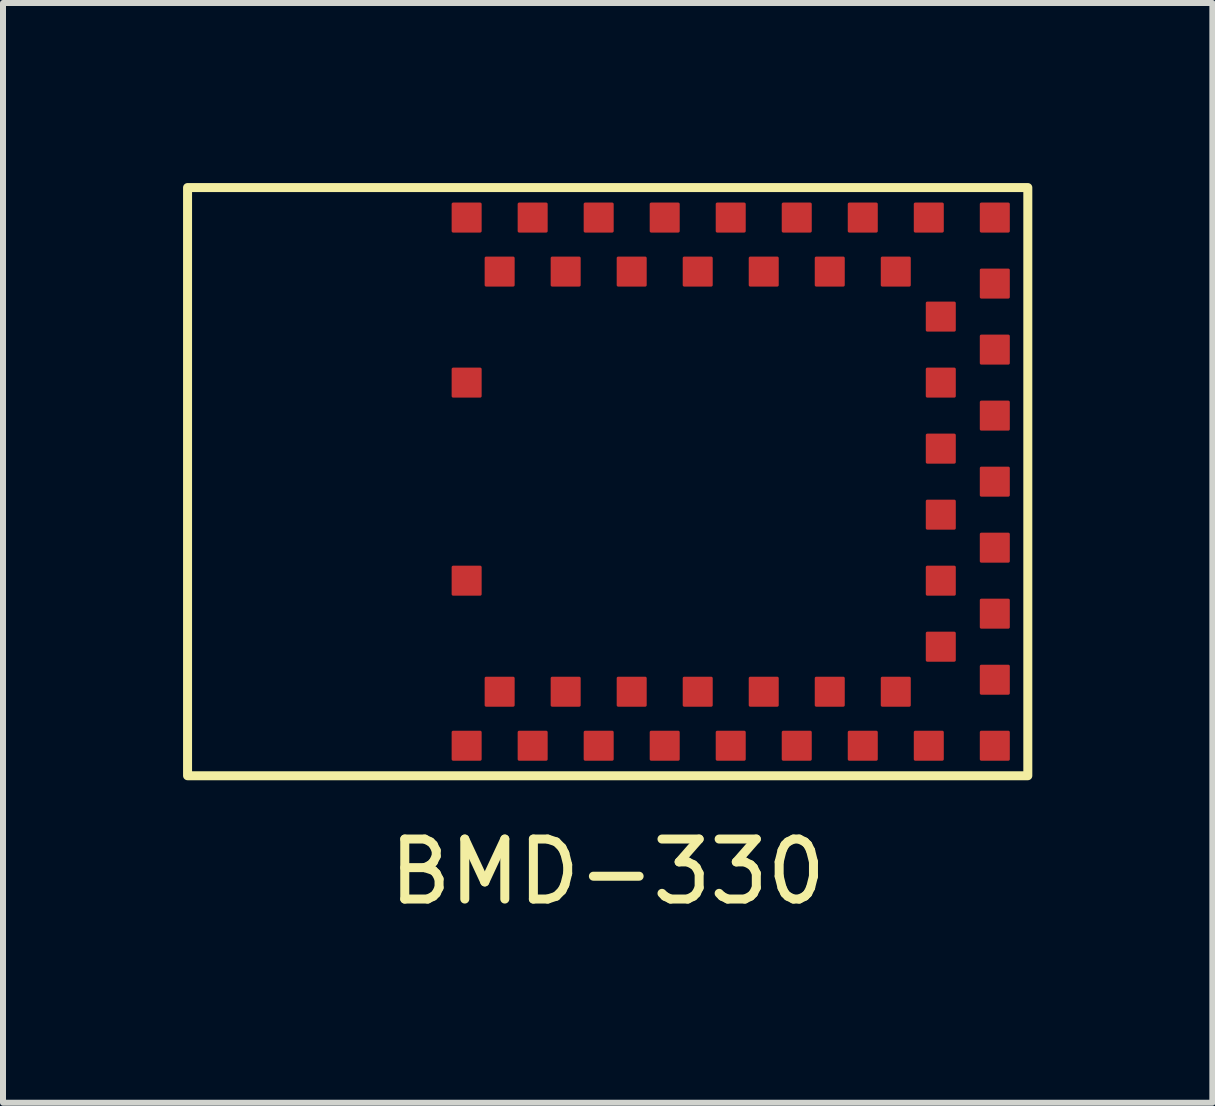
<source format=kicad_pcb>
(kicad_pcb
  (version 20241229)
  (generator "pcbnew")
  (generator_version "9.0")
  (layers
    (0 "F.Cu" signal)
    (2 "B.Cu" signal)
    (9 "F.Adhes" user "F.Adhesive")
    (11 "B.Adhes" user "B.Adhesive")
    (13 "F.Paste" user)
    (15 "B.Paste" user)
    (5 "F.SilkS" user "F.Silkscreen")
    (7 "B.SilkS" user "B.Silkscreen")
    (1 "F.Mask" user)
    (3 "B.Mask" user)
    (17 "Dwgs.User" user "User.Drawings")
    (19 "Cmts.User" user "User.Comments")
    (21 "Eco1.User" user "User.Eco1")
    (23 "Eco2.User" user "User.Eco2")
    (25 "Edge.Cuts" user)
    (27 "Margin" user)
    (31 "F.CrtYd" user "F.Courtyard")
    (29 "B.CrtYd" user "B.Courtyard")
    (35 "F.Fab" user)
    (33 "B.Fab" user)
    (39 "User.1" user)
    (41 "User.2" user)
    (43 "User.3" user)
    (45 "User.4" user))
  (footprint "BMD-330"
    (layer "F.Cu")
    (at 7.075 4.975)
    (property "Reference" "BMD-330" (at 0 6.5 0) (unlocked yes) (layer "F.SilkS") (effects (font (size 1 1) (thickness 0.15))))
    (attr smd)
    (fp_rect (start -7 -4.9) (end 7 4.9) (stroke (width 0.15) (type solid)) (fill no) (layer "F.SilkS"))
    (pad "1" smd roundrect (at -2.35 4.4) (size 0.5 0.5) (layers "F.Cu" "F.Mask" "F.Paste") (roundrect_rratio 0.05))
    (pad "2" smd roundrect (at -1.8 3.5) (size 0.5 0.5) (layers "F.Cu" "F.Mask" "F.Paste") (roundrect_rratio 0.05))
    (pad "3" smd roundrect (at -1.25 4.4) (size 0.5 0.5) (layers "F.Cu" "F.Mask" "F.Paste") (roundrect_rratio 0.05))
    (pad "4" smd roundrect (at -0.7 3.5) (size 0.5 0.5) (layers "F.Cu" "F.Mask" "F.Paste") (roundrect_rratio 0.05))
    (pad "5" smd roundrect (at -0.15 4.4) (size 0.5 0.5) (layers "F.Cu" "F.Mask" "F.Paste") (roundrect_rratio 0.05))
    (pad "6" smd roundrect (at 0.4 3.5) (size 0.5 0.5) (layers "F.Cu" "F.Mask" "F.Paste") (roundrect_rratio 0.05))
    (pad "7" smd roundrect (at 0.95 4.4) (size 0.5 0.5) (layers "F.Cu" "F.Mask" "F.Paste") (roundrect_rratio 0.05))
    (pad "8" smd roundrect (at 1.5 3.5) (size 0.5 0.5) (layers "F.Cu" "F.Mask" "F.Paste") (roundrect_rratio 0.05))
    (pad "9" smd roundrect (at 2.05 4.4) (size 0.5 0.5) (layers "F.Cu" "F.Mask" "F.Paste") (roundrect_rratio 0.05))
    (pad "10" smd roundrect (at 2.6 3.5) (size 0.5 0.5) (layers "F.Cu" "F.Mask" "F.Paste") (roundrect_rratio 0.05))
    (pad "11" smd roundrect (at 3.15 4.4) (size 0.5 0.5) (layers "F.Cu" "F.Mask" "F.Paste") (roundrect_rratio 0.05))
    (pad "12" smd roundrect (at 3.7 3.5) (size 0.5 0.5) (layers "F.Cu" "F.Mask" "F.Paste") (roundrect_rratio 0.05))
    (pad "13" smd roundrect (at 4.25 4.4) (size 0.5 0.5) (layers "F.Cu" "F.Mask" "F.Paste") (roundrect_rratio 0.05))
    (pad "14" smd roundrect (at 4.8 3.5) (size 0.5 0.5) (layers "F.Cu" "F.Mask" "F.Paste") (roundrect_rratio 0.05))
    (pad "15" smd roundrect (at 5.35 4.4) (size 0.5 0.5) (layers "F.Cu" "F.Mask" "F.Paste") (roundrect_rratio 0.05))
    (pad "16" smd roundrect (at 6.45 4.4) (size 0.5 0.5) (layers "F.Cu" "F.Mask" "F.Paste") (roundrect_rratio 0.05))
    (pad "17" smd roundrect (at 6.45 3.3) (size 0.5 0.5) (layers "F.Cu" "F.Mask" "F.Paste") (roundrect_rratio 0.05))
    (pad "19" smd roundrect (at 6.45 2.2) (size 0.5 0.5) (layers "F.Cu" "F.Mask" "F.Paste") (roundrect_rratio 0.05))
    (pad "20" smd roundrect (at 5.55 1.65) (size 0.5 0.5) (layers "F.Cu" "F.Mask" "F.Paste") (roundrect_rratio 0.05))
    (pad "21" smd roundrect (at 6.45 1.1) (size 0.5 0.5) (layers "F.Cu" "F.Mask" "F.Paste") (roundrect_rratio 0.05))
    (pad "22" smd roundrect (at 5.55 0.55) (size 0.5 0.5) (layers "F.Cu" "F.Mask" "F.Paste") (roundrect_rratio 0.05))
    (pad "22" smd roundrect (at 5.55 2.75) (size 0.5 0.5) (layers "F.Cu" "F.Mask" "F.Paste") (roundrect_rratio 0.05))
    (pad "23" smd roundrect (at 6.45 0) (size 0.5 0.5) (layers "F.Cu" "F.Mask" "F.Paste") (roundrect_rratio 0.05))
    (pad "24" smd roundrect (at 5.55 -0.55) (size 0.5 0.5) (layers "F.Cu" "F.Mask" "F.Paste") (roundrect_rratio 0.05))
    (pad "25" smd roundrect (at 6.45 -1.1) (size 0.5 0.5) (layers "F.Cu" "F.Mask" "F.Paste") (roundrect_rratio 0.05))
    (pad "26" smd roundrect (at 5.55 -1.65) (size 0.5 0.5) (layers "F.Cu" "F.Mask" "F.Paste") (roundrect_rratio 0.05))
    (pad "27" smd roundrect (at 6.45 -2.2) (size 0.5 0.5) (layers "F.Cu" "F.Mask" "F.Paste") (roundrect_rratio 0.05))
    (pad "28" smd roundrect (at 5.55 -2.75) (size 0.5 0.5) (layers "F.Cu" "F.Mask" "F.Paste") (roundrect_rratio 0.05))
    (pad "29" smd roundrect (at 6.45 -3.3) (size 0.5 0.5) (layers "F.Cu" "F.Mask" "F.Paste") (roundrect_rratio 0.05))
    (pad "30" smd roundrect (at 6.45 -4.4) (size 0.5 0.5) (layers "F.Cu" "F.Mask" "F.Paste") (roundrect_rratio 0.05))
    (pad "31" smd roundrect (at 5.35 -4.4) (size 0.5 0.5) (layers "F.Cu" "F.Mask" "F.Paste") (roundrect_rratio 0.05))
    (pad "32" smd roundrect (at 4.8 -3.5) (size 0.5 0.5) (layers "F.Cu" "F.Mask" "F.Paste") (roundrect_rratio 0.05))
    (pad "33" smd roundrect (at 4.25 -4.4) (size 0.5 0.5) (layers "F.Cu" "F.Mask" "F.Paste") (roundrect_rratio 0.05))
    (pad "34" smd roundrect (at 3.7 -3.5) (size 0.5 0.5) (layers "F.Cu" "F.Mask" "F.Paste") (roundrect_rratio 0.05))
    (pad "35" smd roundrect (at 3.15 -4.4) (size 0.5 0.5) (layers "F.Cu" "F.Mask" "F.Paste") (roundrect_rratio 0.05))
    (pad "36" smd roundrect (at 2.6 -3.5) (size 0.5 0.5) (layers "F.Cu" "F.Mask" "F.Paste") (roundrect_rratio 0.05))
    (pad "37" smd roundrect (at 2.05 -4.4) (size 0.5 0.5) (layers "F.Cu" "F.Mask" "F.Paste") (roundrect_rratio 0.05))
    (pad "38" smd roundrect (at 1.5 -3.5) (size 0.5 0.5) (layers "F.Cu" "F.Mask" "F.Paste") (roundrect_rratio 0.05))
    (pad "39" smd roundrect (at 0.95 -4.4) (size 0.5 0.5) (layers "F.Cu" "F.Mask" "F.Paste") (roundrect_rratio 0.05))
    (pad "40" smd roundrect (at 0.4 -3.5) (size 0.5 0.5) (layers "F.Cu" "F.Mask" "F.Paste") (roundrect_rratio 0.05))
    (pad "41" smd roundrect (at -0.15 -4.4) (size 0.5 0.5) (layers "F.Cu" "F.Mask" "F.Paste") (roundrect_rratio 0.05))
    (pad "42" smd roundrect (at -0.7 -3.5) (size 0.5 0.5) (layers "F.Cu" "F.Mask" "F.Paste") (roundrect_rratio 0.05))
    (pad "43" smd roundrect (at -1.25 -4.4) (size 0.5 0.5) (layers "F.Cu" "F.Mask" "F.Paste") (roundrect_rratio 0.05))
    (pad "44" smd roundrect (at -1.8 -3.5) (size 0.5 0.5) (layers "F.Cu" "F.Mask" "F.Paste") (roundrect_rratio 0.05))
    (pad "45" smd roundrect (at -2.35 -4.4) (size 0.5 0.5) (layers "F.Cu" "F.Mask" "F.Paste") (roundrect_rratio 0.05))
    (pad "46" smd roundrect (at -2.35 -1.65) (size 0.5 0.5) (layers "F.Cu" "F.Mask" "F.Paste") (roundrect_rratio 0.05))
    (pad "47" smd roundrect (at -2.35 1.65) (size 0.5 0.5) (layers "F.Cu" "F.Mask" "F.Paste") (roundrect_rratio 0.05))
    (zone (net_name "") (layer "F.SilkS") (name "Antenna") (hatch edge 0.508) (connect_pads) (min_thickness 0.254) (filled_areas_thickness no) (keepout (tracks not_allowed) (vias not_allowed) (pads not_allowed) (copperpour not_allowed) (footprints allowed)) (placement (enabled no)) (fill) (polygon (pts (xy 4.525 9.875) (xy 0.075 9.875) (xy 0.075 0.075) (xy 4.525 0.075)))))
  (gr_rect
    (start -3 -3)
    (end 17.15 15.323)
    (stroke (width 0.1) (type default))
    (fill no)
    (layer "Edge.Cuts")))
</source>
